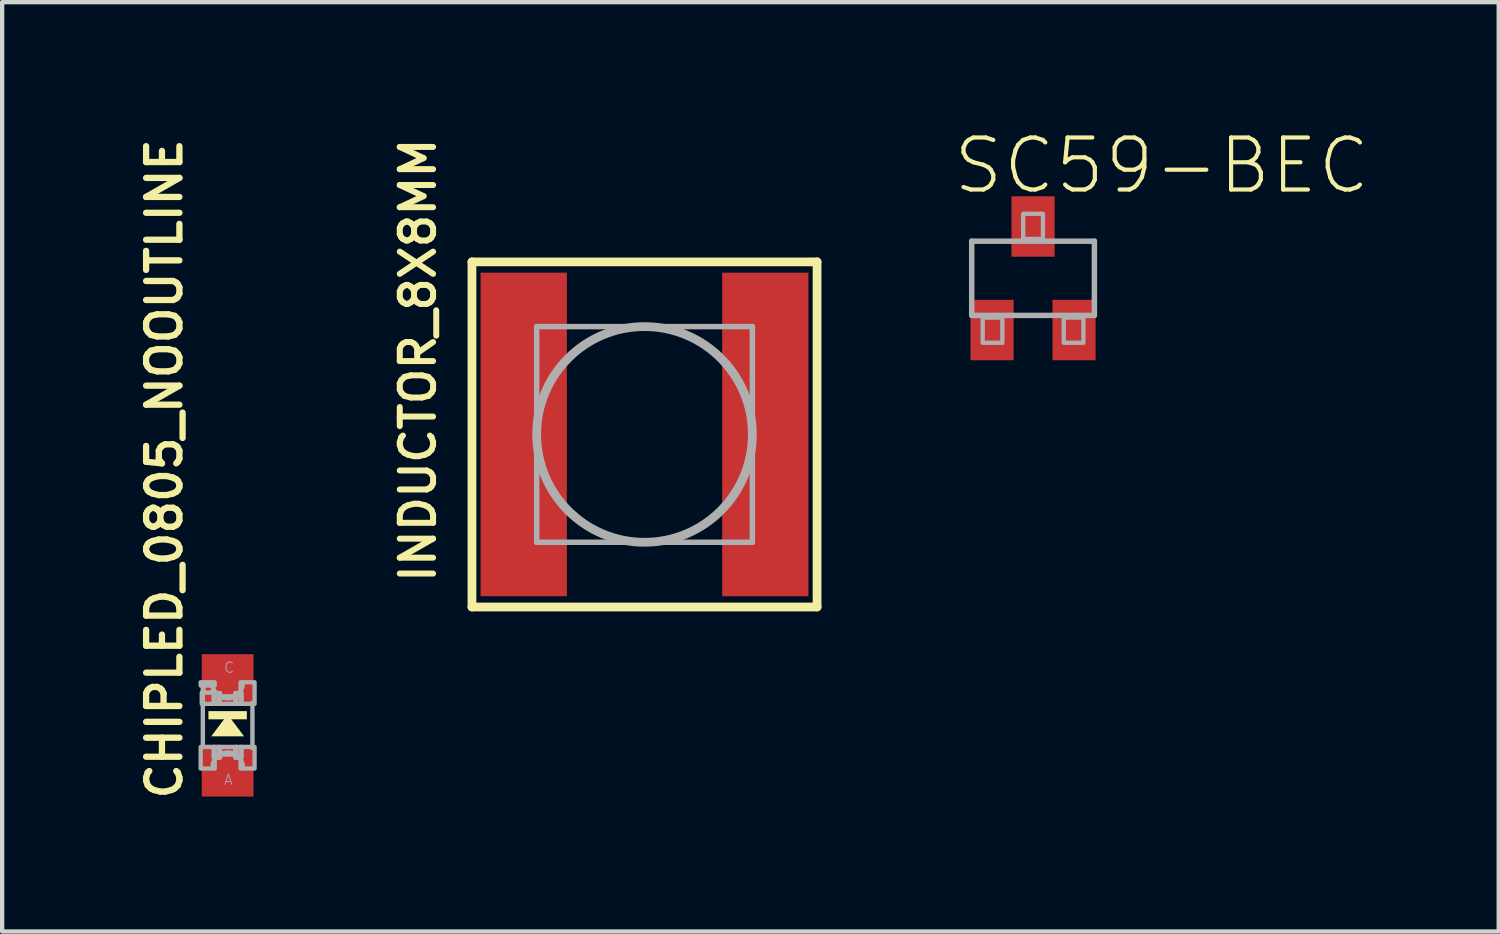
<source format=kicad_pcb>
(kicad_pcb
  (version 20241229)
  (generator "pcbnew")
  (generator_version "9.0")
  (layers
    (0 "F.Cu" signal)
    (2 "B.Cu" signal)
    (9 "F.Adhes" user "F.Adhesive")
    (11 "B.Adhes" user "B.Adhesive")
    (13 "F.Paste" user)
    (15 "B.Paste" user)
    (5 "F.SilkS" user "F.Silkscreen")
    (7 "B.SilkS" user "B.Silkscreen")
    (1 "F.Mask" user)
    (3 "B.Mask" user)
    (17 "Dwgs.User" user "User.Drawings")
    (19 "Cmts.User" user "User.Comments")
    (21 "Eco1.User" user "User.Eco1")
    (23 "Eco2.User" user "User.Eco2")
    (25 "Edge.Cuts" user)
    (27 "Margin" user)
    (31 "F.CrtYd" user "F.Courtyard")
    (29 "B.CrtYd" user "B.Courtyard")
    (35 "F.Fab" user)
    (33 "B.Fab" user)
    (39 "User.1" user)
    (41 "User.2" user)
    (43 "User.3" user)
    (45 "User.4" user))
  (footprint "INDUCTOR_8X8MM"
    (layer "F.Cu")
    (at 11.891 7.021)
    (property "Reference" "INDUCTOR_8X8MM" (at -4.8 3.5 90) (layer "F.SilkS") (effects (font (size 0.772 0.772) (thickness 0.139)) (justify left bottom)))
    (attr through_hole)
    (fp_line (start -4 -4) (end 4 -4) (stroke (width 0.203) (type solid)) (layer "F.SilkS"))
    (fp_line (start -4 4) (end -4 -4) (stroke (width 0.203) (type solid)) (layer "F.SilkS"))
    (fp_line (start 4 -4) (end 4 4) (stroke (width 0.203) (type solid)) (layer "F.SilkS"))
    (fp_line (start 4 4) (end -4 4) (stroke (width 0.203) (type solid)) (layer "F.SilkS"))
    (fp_line (start -2.5 -2.5) (end 2.5 -2.5) (stroke (width 0.127) (type solid)) (layer "F.Fab"))
    (fp_line (start -2.5 2.5) (end -2.5 -2.5) (stroke (width 0.127) (type solid)) (layer "F.Fab"))
    (fp_line (start 2.5 -2.5) (end 2.5 2.5) (stroke (width 0.127) (type solid)) (layer "F.Fab"))
    (fp_line (start 2.5 2.5) (end -2.5 2.5) (stroke (width 0.127) (type solid)) (layer "F.Fab"))
    (fp_circle (center 0 0) (end 2.5 0) (stroke (width 0.203) (type solid)) (fill no) (layer "F.Fab"))
    (pad "P$1" smd rect (at -2.8 0) (size 2 7.5) (layers "F.Cu" "F.Mask" "F.Paste"))
    (pad "P$2" smd rect (at 2.8 0) (size 2 7.5) (layers "F.Cu" "F.Mask" "F.Paste")))
  (footprint "SC59-BEC"
    (layer "F.Cu")
    (at 20.898 3.401)
    (property "Reference" "SC59-BEC" (at -1.905 -1.905 0) (layer "F.SilkS") (effects (font (size 1.206 1.206) (thickness 0.097)) (justify left bottom)))
    (attr through_hole)
    (fp_line (start -1.422 -0.86) (end 1.422 -0.86) (stroke (width 0.127) (type solid)) (layer "F.Fab"))
    (fp_line (start -1.422 0.86) (end -1.422 -0.86) (stroke (width 0.127) (type solid)) (layer "F.Fab"))
    (fp_line (start 1.422 -0.86) (end 1.422 0.86) (stroke (width 0.127) (type solid)) (layer "F.Fab"))
    (fp_line (start 1.422 0.86) (end -1.422 0.86) (stroke (width 0.127) (type solid)) (layer "F.Fab"))
    (fp_poly (pts (xy -1.168 1.495) (xy -0.711 1.495) (xy -0.711 0.911) (xy -1.168 0.911)) (stroke (width 0.1) (type solid)) (fill no) (layer "F.Fab"))
    (fp_poly (pts (xy -0.229 -0.911) (xy 0.229 -0.911) (xy 0.229 -1.495) (xy -0.229 -1.495)) (stroke (width 0.1) (type solid)) (fill no) (layer "F.Fab"))
    (fp_poly (pts (xy 0.711 1.495) (xy 1.168 1.495) (xy 1.168 0.911) (xy 0.711 0.911)) (stroke (width 0.1) (type solid)) (fill no) (layer "F.Fab"))
    (pad "B" smd rect (at -0.95 1.2) (size 1 1.4) (layers "F.Cu" "F.Mask" "F.Paste"))
    (pad "C" smd rect (at 0 -1.2) (size 1 1.4) (layers "F.Cu" "F.Mask" "F.Paste"))
    (pad "E" smd rect (at 0.95 1.2) (size 1 1.4) (layers "F.Cu" "F.Mask" "F.Paste")))
  (footprint "CHIPLED_0805_NOOUTLINE"
    (layer "F.Cu")
    (at 2.227 13.766)
    (property "Reference" "CHIPLED_0805_NOOUTLINE" (at -1.016 1.778 90) (layer "F.SilkS") (effects (font (size 0.772 0.772) (thickness 0.146)) (justify left bottom)))
    (attr through_hole)
    (fp_poly (pts (xy 0 -0.254) (xy -0.381 0.254) (xy 0.381 0.254)) (stroke (width 0) (type solid)) (fill yes) (layer "F.SilkS"))
    (fp_poly (pts (xy -0.445 -0.141) (xy 0.445 -0.141) (xy 0.445 -0.331) (xy -0.445 -0.331)) (stroke (width 0) (type solid)) (fill yes) (layer "F.SilkS"))
    (fp_line (start -0.575 0.5) (end -0.575 -0.925) (stroke (width 0.102) (type solid)) (layer "F.Fab"))
    (fp_line (start 0.575 -0.525) (end 0.575 0.525) (stroke (width 0.102) (type solid)) (layer "F.Fab"))
    (fp_arc (start -0.35 0.925) (mid -0.000001 0.625027) (end 0.35 0.924998) (stroke (width 0.1016) (type solid)) (layer "F.Fab"))
    (fp_arc (start 0.35 -0.924998) (mid -0.000001 -0.625027) (end -0.35 -0.925) (stroke (width 0.1016) (type solid)) (layer "F.Fab"))
    (fp_circle (center -0.45 -0.85) (end -0.347 -0.85) (stroke (width 0.076) (type solid)) (fill no) (layer "F.Fab"))
    (fp_poly (pts (xy -0.625 -0.925) (xy -0.3 -0.925) (xy -0.3 -1) (xy -0.625 -1)) (stroke (width 0.1) (type solid)) (fill no) (layer "F.Fab"))
    (fp_poly (pts (xy -0.625 1) (xy -0.3 1) (xy -0.3 0.5) (xy -0.625 0.5)) (stroke (width 0.1) (type solid)) (fill no) (layer "F.Fab"))
    (fp_poly (pts (xy -0.6 -0.5) (xy -0.3 -0.5) (xy -0.3 -0.762) (xy -0.6 -0.762)) (stroke (width 0.1) (type solid)) (fill no) (layer "F.Fab"))
    (fp_poly (pts (xy -0.325 -0.5) (xy -0.175 -0.5) (xy -0.175 -0.75) (xy -0.325 -0.75)) (stroke (width 0.1) (type solid)) (fill no) (layer "F.Fab"))
    (fp_poly (pts (xy -0.325 0.75) (xy -0.175 0.75) (xy -0.175 0.5) (xy -0.325 0.5)) (stroke (width 0.1) (type solid)) (fill no) (layer "F.Fab"))
    (fp_poly (pts (xy -0.2 -0.5) (xy 0.2 -0.5) (xy 0.2 -0.675) (xy -0.2 -0.675)) (stroke (width 0.1) (type solid)) (fill no) (layer "F.Fab"))
    (fp_poly (pts (xy -0.2 0.675) (xy 0.2 0.675) (xy 0.2 0.5) (xy -0.2 0.5)) (stroke (width 0.1) (type solid)) (fill no) (layer "F.Fab"))
    (fp_poly (pts (xy 0.175 -0.5) (xy 0.325 -0.5) (xy 0.325 -0.75) (xy 0.175 -0.75)) (stroke (width 0.1) (type solid)) (fill no) (layer "F.Fab"))
    (fp_poly (pts (xy 0.175 0.75) (xy 0.325 0.75) (xy 0.325 0.5) (xy 0.175 0.5)) (stroke (width 0.1) (type solid)) (fill no) (layer "F.Fab"))
    (fp_poly (pts (xy 0.3 -0.5) (xy 0.625 -0.5) (xy 0.625 -1) (xy 0.3 -1)) (stroke (width 0.1) (type solid)) (fill no) (layer "F.Fab"))
    (fp_poly (pts (xy 0.3 1) (xy 0.625 1) (xy 0.625 0.5) (xy 0.3 0.5)) (stroke (width 0.1) (type solid)) (fill no) (layer "F.Fab"))
    (fp_text user "C" (at -0.1 -1.2 0) (layer "F.Fab") (effects (font (size 0.241 0.241) (thickness 0.02)) (justify left bottom)))
    (fp_text user "A" (at -0.1 1.4 0) (layer "F.Fab") (effects (font (size 0.241 0.241) (thickness 0.02)) (justify left bottom)))
    (pad "A" smd rect (at 0 1.05) (size 1.2 1.2) (layers "F.Cu" "F.Mask" "F.Paste"))
    (pad "C" smd rect (at 0 -1.05) (size 1.2 1.2) (layers "F.Cu" "F.Mask" "F.Paste")))
  (gr_rect
    (start -3 -3)
    (end 31.693 18.544)
    (stroke (width 0.1) (type default))
    (fill no)
    (layer "Edge.Cuts")))
</source>
